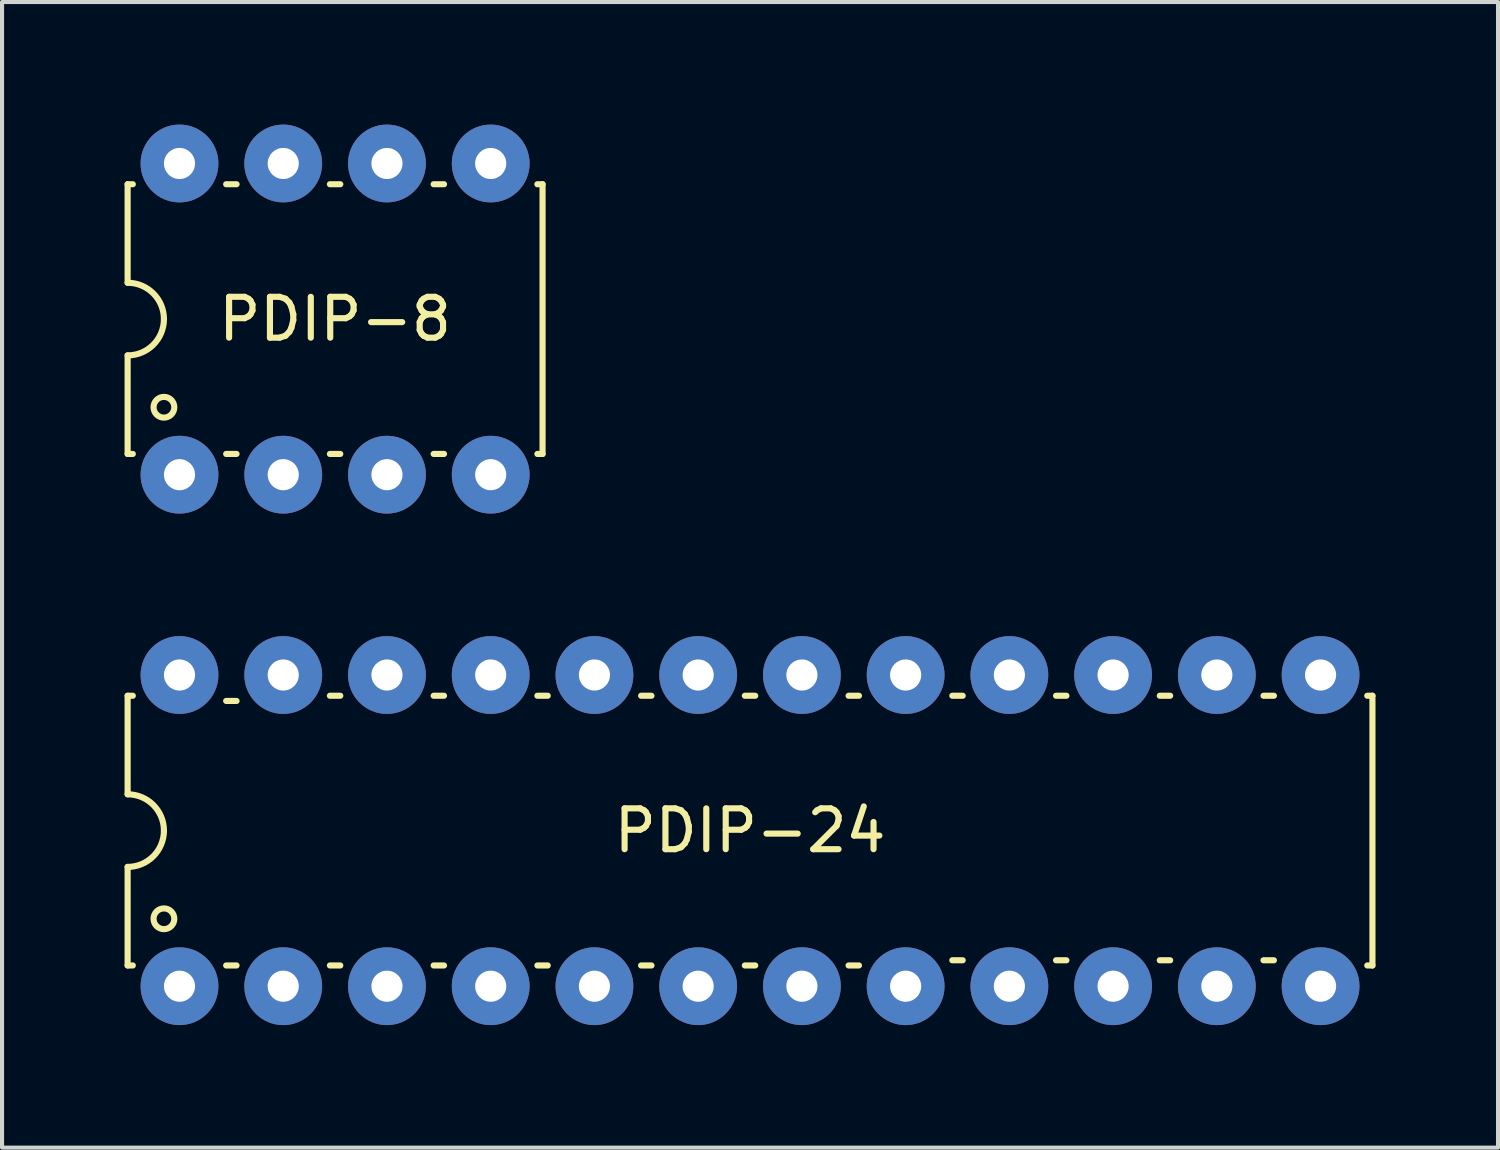
<source format=kicad_pcb>
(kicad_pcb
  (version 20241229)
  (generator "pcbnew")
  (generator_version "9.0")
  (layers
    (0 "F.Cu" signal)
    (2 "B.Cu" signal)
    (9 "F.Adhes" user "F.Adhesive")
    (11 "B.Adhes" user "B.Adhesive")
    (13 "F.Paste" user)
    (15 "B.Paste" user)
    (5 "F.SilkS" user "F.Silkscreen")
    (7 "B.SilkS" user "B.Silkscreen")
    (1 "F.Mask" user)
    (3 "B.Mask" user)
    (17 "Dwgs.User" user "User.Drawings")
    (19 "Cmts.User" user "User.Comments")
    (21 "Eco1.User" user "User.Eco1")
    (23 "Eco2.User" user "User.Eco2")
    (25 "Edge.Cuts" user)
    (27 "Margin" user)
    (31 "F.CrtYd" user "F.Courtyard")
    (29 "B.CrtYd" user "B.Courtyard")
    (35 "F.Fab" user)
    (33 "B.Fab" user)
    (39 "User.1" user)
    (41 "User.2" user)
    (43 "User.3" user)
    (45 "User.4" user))
  (footprint "PDIP-24"
    (layer "F.Cu")
    (at 15.315 17.288)
    (property "Reference" "PDIP-24" (at 0 0 0) (layer "F.SilkS") (effects (font (size 1 1) (thickness 0.15))))
    (attr through_hole)
    (fp_line (start -15.24 -3.302) (end -15.113 -3.302) (stroke (width 0.15) (type solid)) (layer "F.SilkS"))
    (fp_line (start -15.24 -0.889) (end -15.24 -3.302) (stroke (width 0.15) (type solid)) (layer "F.SilkS"))
    (fp_line (start -15.24 0.889) (end -15.24 3.302) (stroke (width 0.15) (type solid)) (layer "F.SilkS"))
    (fp_line (start -15.24 3.302) (end -15.113 3.302) (stroke (width 0.15) (type solid)) (layer "F.SilkS"))
    (fp_line (start -12.827 3.302) (end -12.573 3.302) (stroke (width 0.15) (type solid)) (layer "F.SilkS"))
    (fp_line (start -12.573 -3.175) (end -12.827 -3.175) (stroke (width 0.15) (type solid)) (layer "F.SilkS"))
    (fp_line (start -10.287 3.302) (end -10.033 3.302) (stroke (width 0.15) (type solid)) (layer "F.SilkS"))
    (fp_line (start -10.033 -3.302) (end -10.287 -3.302) (stroke (width 0.15) (type solid)) (layer "F.SilkS"))
    (fp_line (start -7.747 3.302) (end -7.493 3.302) (stroke (width 0.15) (type solid)) (layer "F.SilkS"))
    (fp_line (start -7.493 -3.302) (end -7.747 -3.302) (stroke (width 0.15) (type solid)) (layer "F.SilkS"))
    (fp_line (start -5.207 3.302) (end -4.953 3.302) (stroke (width 0.15) (type solid)) (layer "F.SilkS"))
    (fp_line (start -4.953 -3.302) (end -5.207 -3.302) (stroke (width 0.15) (type solid)) (layer "F.SilkS"))
    (fp_line (start -2.667 -3.302) (end -2.413 -3.302) (stroke (width 0.15) (type solid)) (layer "F.SilkS"))
    (fp_line (start -2.667 3.302) (end -2.413 3.302) (stroke (width 0.15) (type solid)) (layer "F.SilkS"))
    (fp_line (start -0.127 -3.302) (end 0.127 -3.302) (stroke (width 0.15) (type solid)) (layer "F.SilkS"))
    (fp_line (start -0.127 3.302) (end 0.127 3.302) (stroke (width 0.15) (type solid)) (layer "F.SilkS"))
    (fp_line (start 2.413 -3.302) (end 2.667 -3.302) (stroke (width 0.15) (type solid)) (layer "F.SilkS"))
    (fp_line (start 2.413 3.302) (end 2.667 3.302) (stroke (width 0.15) (type solid)) (layer "F.SilkS"))
    (fp_line (start 4.953 3.175) (end 5.207 3.175) (stroke (width 0.15) (type solid)) (layer "F.SilkS"))
    (fp_line (start 5.207 -3.302) (end 4.953 -3.302) (stroke (width 0.15) (type solid)) (layer "F.SilkS"))
    (fp_line (start 7.493 3.175) (end 7.747 3.175) (stroke (width 0.15) (type solid)) (layer "F.SilkS"))
    (fp_line (start 7.747 -3.302) (end 7.493 -3.302) (stroke (width 0.15) (type solid)) (layer "F.SilkS"))
    (fp_line (start 10.033 3.175) (end 10.287 3.175) (stroke (width 0.15) (type solid)) (layer "F.SilkS"))
    (fp_line (start 10.287 -3.302) (end 10.033 -3.302) (stroke (width 0.15) (type solid)) (layer "F.SilkS"))
    (fp_line (start 12.573 3.175) (end 12.827 3.175) (stroke (width 0.15) (type solid)) (layer "F.SilkS"))
    (fp_line (start 12.827 -3.302) (end 12.573 -3.302) (stroke (width 0.15) (type solid)) (layer "F.SilkS"))
    (fp_line (start 15.24 -3.302) (end 15.113 -3.302) (stroke (width 0.15) (type solid)) (layer "F.SilkS"))
    (fp_line (start 15.24 3.302) (end 15.113 3.302) (stroke (width 0.15) (type solid)) (layer "F.SilkS"))
    (fp_line (start 15.24 3.302) (end 15.24 -3.302) (stroke (width 0.15) (type solid)) (layer "F.SilkS"))
    (fp_arc (start -15.24 -0.889) (mid -14.611382 -0.628618) (end -14.351 0) (stroke (width 0.15) (type solid)) (layer "F.SilkS"))
    (fp_arc (start -14.351 0) (mid -14.611382 0.628618) (end -15.24 0.889) (stroke (width 0.15) (type solid)) (layer "F.SilkS"))
    (fp_circle (center -14.351 2.159) (end -14.097 2.159) (stroke (width 0.15) (type solid)) (fill no) (layer "F.SilkS"))
    (pad "1" thru_hole circle (at -13.97 3.81) (size 1.905 1.905) (drill 0.762) (layers "*.Cu" "*.Mask"))
    (pad "2" thru_hole circle (at -11.43 3.81) (size 1.905 1.905) (drill 0.762) (layers "*.Cu" "*.Mask"))
    (pad "3" thru_hole circle (at -8.89 3.81) (size 1.905 1.905) (drill 0.762) (layers "*.Cu" "*.Mask"))
    (pad "4" thru_hole circle (at -6.35 3.81) (size 1.905 1.905) (drill 0.762) (layers "*.Cu" "*.Mask"))
    (pad "5" thru_hole circle (at -3.81 3.81) (size 1.905 1.905) (drill 0.762) (layers "*.Cu" "*.Mask"))
    (pad "6" thru_hole circle (at -1.27 3.81) (size 1.905 1.905) (drill 0.762) (layers "*.Cu" "*.Mask"))
    (pad "7" thru_hole circle (at 1.27 3.81) (size 1.905 1.905) (drill 0.762) (layers "*.Cu" "*.Mask"))
    (pad "8" thru_hole circle (at 3.81 3.81) (size 1.905 1.905) (drill 0.762) (layers "*.Cu" "*.Mask"))
    (pad "9" thru_hole circle (at 6.35 3.81) (size 1.905 1.905) (drill 0.762) (layers "*.Cu" "*.Mask"))
    (pad "10" thru_hole circle (at 8.89 3.81) (size 1.905 1.905) (drill 0.762) (layers "*.Cu" "*.Mask"))
    (pad "11" thru_hole circle (at 11.43 3.81) (size 1.905 1.905) (drill 0.762) (layers "*.Cu" "*.Mask"))
    (pad "12" thru_hole circle (at 13.97 3.81) (size 1.905 1.905) (drill 0.762) (layers "*.Cu" "*.Mask"))
    (pad "13" thru_hole circle (at 13.97 -3.81) (size 1.905 1.905) (drill 0.762) (layers "*.Cu" "*.Mask"))
    (pad "14" thru_hole circle (at 11.43 -3.81) (size 1.905 1.905) (drill 0.762) (layers "*.Cu" "*.Mask"))
    (pad "15" thru_hole circle (at 8.89 -3.81) (size 1.905 1.905) (drill 0.762) (layers "*.Cu" "*.Mask"))
    (pad "16" thru_hole circle (at 6.35 -3.81) (size 1.905 1.905) (drill 0.762) (layers "*.Cu" "*.Mask"))
    (pad "17" thru_hole circle (at 3.81 -3.81) (size 1.905 1.905) (drill 0.762) (layers "*.Cu" "*.Mask"))
    (pad "18" thru_hole circle (at 1.27 -3.81) (size 1.905 1.905) (drill 0.762) (layers "*.Cu" "*.Mask"))
    (pad "19" thru_hole circle (at -1.27 -3.81) (size 1.905 1.905) (drill 0.762) (layers "*.Cu" "*.Mask"))
    (pad "20" thru_hole circle (at -3.81 -3.81) (size 1.905 1.905) (drill 0.762) (layers "*.Cu" "*.Mask"))
    (pad "21" thru_hole circle (at -6.35 -3.81) (size 1.905 1.905) (drill 0.762) (layers "*.Cu" "*.Mask"))
    (pad "22" thru_hole circle (at -8.89 -3.81) (size 1.905 1.905) (drill 0.762) (layers "*.Cu" "*.Mask"))
    (pad "23" thru_hole circle (at -11.43 -3.81) (size 1.905 1.905) (drill 0.762) (layers "*.Cu" "*.Mask"))
    (pad "24" thru_hole circle (at -13.97 -3.81) (size 1.905 1.905) (drill 0.762) (layers "*.Cu" "*.Mask")))
  (footprint "PDIP-8"
    (layer "F.Cu")
    (at 5.155 4.763)
    (property "Reference" "PDIP-8" (at 0 0 0) (layer "F.SilkS") (effects (font (size 1 1) (thickness 0.15))))
    (attr through_hole)
    (fp_line (start -5.08 -3.302) (end -4.953 -3.302) (stroke (width 0.15) (type solid)) (layer "F.SilkS"))
    (fp_line (start -5.08 -0.889) (end -5.08 -3.302) (stroke (width 0.15) (type solid)) (layer "F.SilkS"))
    (fp_line (start -5.08 0.889) (end -5.08 3.302) (stroke (width 0.15) (type solid)) (layer "F.SilkS"))
    (fp_line (start -5.08 3.302) (end -4.953 3.302) (stroke (width 0.15) (type solid)) (layer "F.SilkS"))
    (fp_line (start -2.667 -3.302) (end -2.413 -3.302) (stroke (width 0.15) (type solid)) (layer "F.SilkS"))
    (fp_line (start -2.667 3.302) (end -2.413 3.302) (stroke (width 0.15) (type solid)) (layer "F.SilkS"))
    (fp_line (start -0.127 -3.302) (end 0.127 -3.302) (stroke (width 0.15) (type solid)) (layer "F.SilkS"))
    (fp_line (start -0.127 3.302) (end 0.127 3.302) (stroke (width 0.15) (type solid)) (layer "F.SilkS"))
    (fp_line (start 2.413 -3.302) (end 2.667 -3.302) (stroke (width 0.15) (type solid)) (layer "F.SilkS"))
    (fp_line (start 2.413 3.302) (end 2.667 3.302) (stroke (width 0.15) (type solid)) (layer "F.SilkS"))
    (fp_line (start 5.08 -3.302) (end 4.953 -3.302) (stroke (width 0.15) (type solid)) (layer "F.SilkS"))
    (fp_line (start 5.08 3.302) (end 4.953 3.302) (stroke (width 0.15) (type solid)) (layer "F.SilkS"))
    (fp_line (start 5.08 3.302) (end 5.08 -3.302) (stroke (width 0.15) (type solid)) (layer "F.SilkS"))
    (fp_arc (start -5.08 -0.889) (mid -4.451382 -0.628618) (end -4.191 0) (stroke (width 0.15) (type solid)) (layer "F.SilkS"))
    (fp_arc (start -4.191 0) (mid -4.451382 0.628618) (end -5.08 0.889) (stroke (width 0.15) (type solid)) (layer "F.SilkS"))
    (fp_circle (center -4.191 2.159) (end -3.937 2.159) (stroke (width 0.15) (type solid)) (fill no) (layer "F.SilkS"))
    (pad "1" thru_hole circle (at -3.81 3.81) (size 1.905 1.905) (drill 0.762) (layers "*.Cu" "*.Mask"))
    (pad "2" thru_hole circle (at -1.27 3.81) (size 1.905 1.905) (drill 0.762) (layers "*.Cu" "*.Mask"))
    (pad "3" thru_hole circle (at 1.27 3.81) (size 1.905 1.905) (drill 0.762) (layers "*.Cu" "*.Mask"))
    (pad "4" thru_hole circle (at 3.81 3.81) (size 1.905 1.905) (drill 0.762) (layers "*.Cu" "*.Mask"))
    (pad "5" thru_hole circle (at 3.81 -3.81) (size 1.905 1.905) (drill 0.762) (layers "*.Cu" "*.Mask"))
    (pad "6" thru_hole circle (at 1.27 -3.81) (size 1.905 1.905) (drill 0.762) (layers "*.Cu" "*.Mask"))
    (pad "7" thru_hole circle (at -1.27 -3.81) (size 1.905 1.905) (drill 0.762) (layers "*.Cu" "*.Mask"))
    (pad "8" thru_hole circle (at -3.81 -3.81) (size 1.905 1.905) (drill 0.762) (layers "*.Cu" "*.Mask")))
  (gr_rect
    (start -3 -3)
    (end 33.63 25.05)
    (stroke (width 0.1) (type default))
    (fill no)
    (layer "Edge.Cuts")))
</source>
